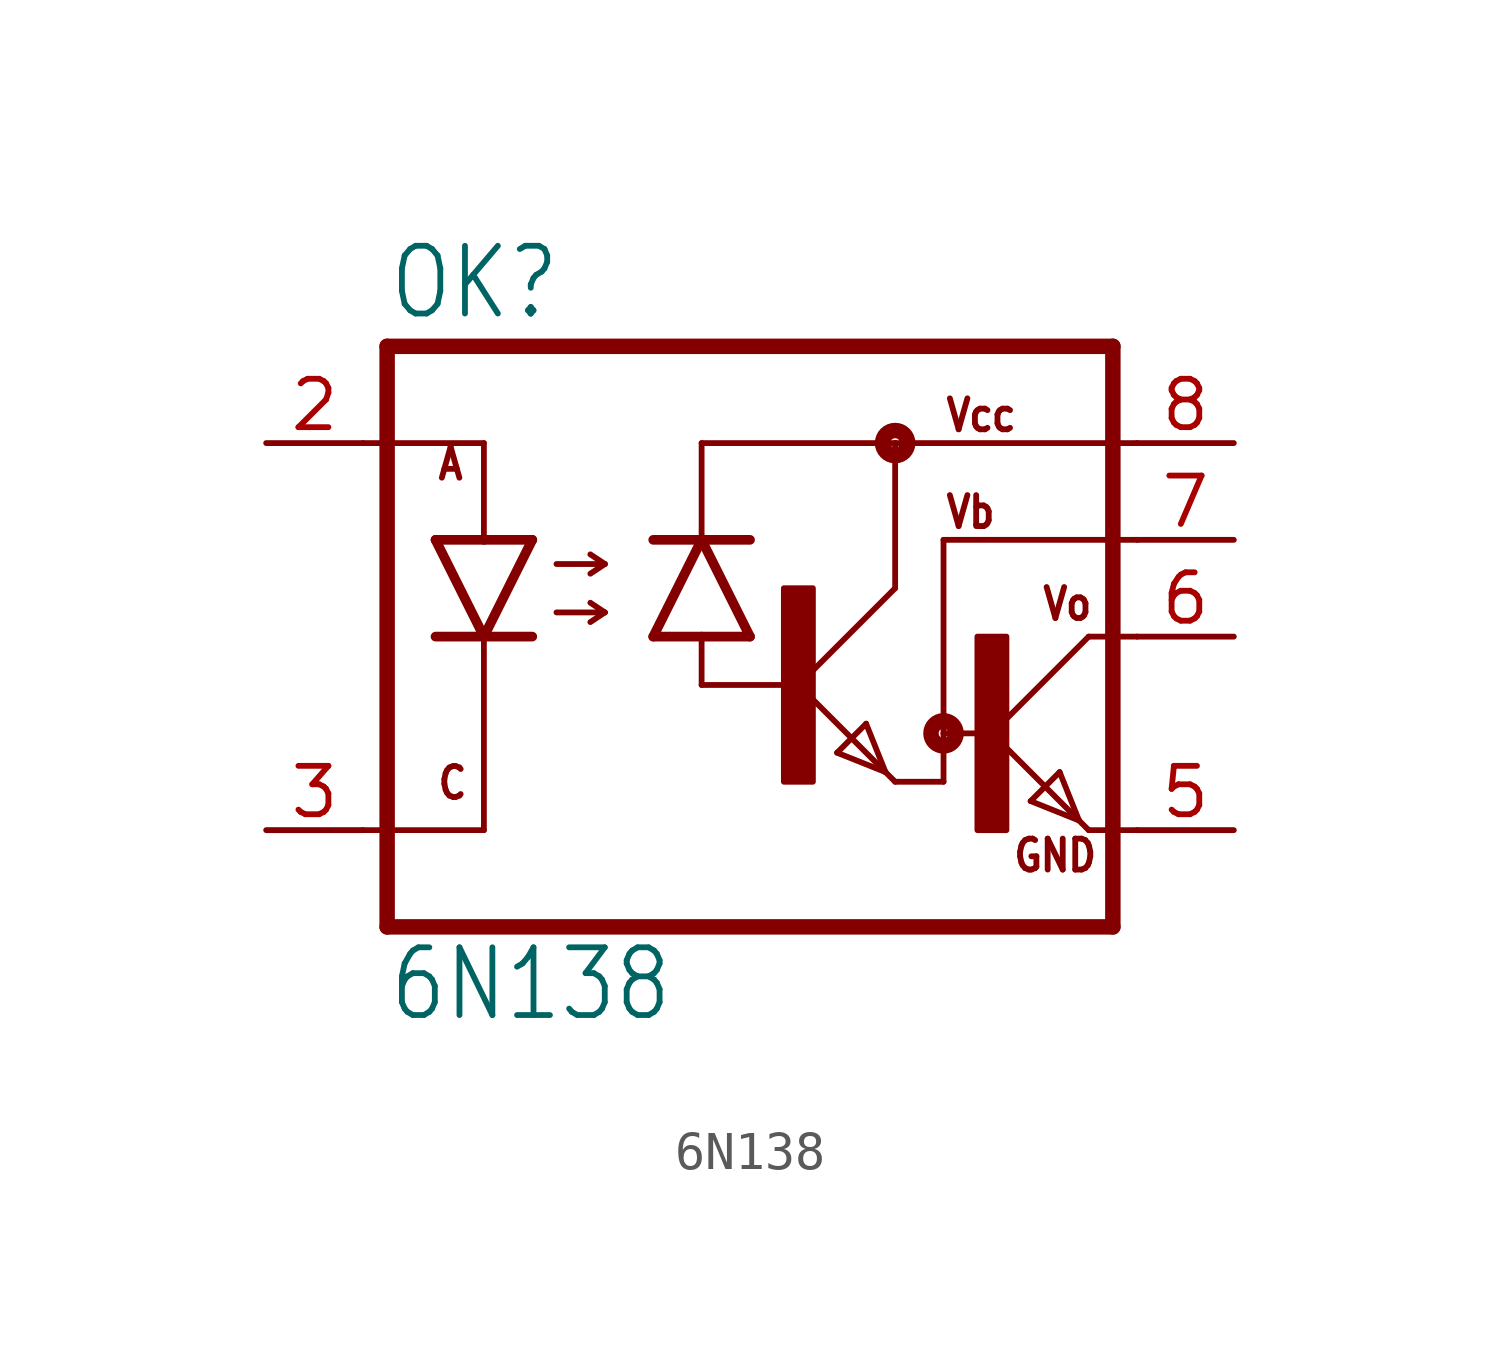
<source format=kicad_sym>
(kicad_symbol_lib
  (version 20211014)
  (generator kicad_symbol_editor)
  (symbol "6N138"
    (property "Reference" "OK"
      (at -9.525 8.255 0)
      (effects (font (size 1.778 1.511)) (justify left bottom)))
    (property "Value" "6N138"
      (at -9.525 -10.16 0)
      (effects (font (size 1.778 1.511)) (justify left bottom)))
    (property "ki_locked" ""
      (at 0 0 0)
      (effects (font (size 1.27 1.27))))
    (symbol "6N138_1_0"
      (polyline (pts (xy -10.16 -5.08) (xy -6.985 -5.08)) (stroke (width 0.152) (type default) (color 0 0 0 0)) (fill (type none)))
      (polyline (pts (xy -10.16 5.08) (xy -6.985 5.08)) (stroke (width 0.152) (type default) (color 0 0 0 0)) (fill (type none)))
      (polyline (pts (xy -9.525 7.62) (xy -9.525 -7.62)) (stroke (width 0.406) (type default) (color 0 0 0 0)) (fill (type none)))
      (polyline (pts (xy -6.985 -5.08) (xy -6.985 0)) (stroke (width 0.152) (type default) (color 0 0 0 0)) (fill (type none)))
      (polyline (pts (xy -6.985 0) (xy -8.255 0)) (stroke (width 0.254) (type default) (color 0 0 0 0)) (fill (type none)))
      (polyline (pts (xy -6.985 0) (xy -8.255 2.54)) (stroke (width 0.254) (type default) (color 0 0 0 0)) (fill (type none)))
      (polyline (pts (xy -6.985 2.54) (xy -8.255 2.54)) (stroke (width 0.254) (type default) (color 0 0 0 0)) (fill (type none)))
      (polyline (pts (xy -6.985 2.54) (xy -6.985 5.08)) (stroke (width 0.152) (type default) (color 0 0 0 0)) (fill (type none)))
      (polyline (pts (xy -5.715 0) (xy -6.985 0)) (stroke (width 0.254) (type default) (color 0 0 0 0)) (fill (type none)))
      (polyline (pts (xy -5.715 2.54) (xy -6.985 0)) (stroke (width 0.254) (type default) (color 0 0 0 0)) (fill (type none)))
      (polyline (pts (xy -5.715 2.54) (xy -6.985 2.54)) (stroke (width 0.254) (type default) (color 0 0 0 0)) (fill (type none)))
      (polyline (pts (xy -5.08 0.635) (xy -3.81 0.635)) (stroke (width 0.152) (type default) (color 0 0 0 0)) (fill (type none)))
      (polyline (pts (xy -5.08 1.905) (xy -3.81 1.905)) (stroke (width 0.152) (type default) (color 0 0 0 0)) (fill (type none)))
      (polyline (pts (xy -3.81 0.635) (xy -4.191 0.381)) (stroke (width 0.152) (type default) (color 0 0 0 0)) (fill (type none)))
      (polyline (pts (xy -3.81 0.635) (xy -4.191 0.889)) (stroke (width 0.152) (type default) (color 0 0 0 0)) (fill (type none)))
      (polyline (pts (xy -3.81 1.905) (xy -4.191 1.651)) (stroke (width 0.152) (type default) (color 0 0 0 0)) (fill (type none)))
      (polyline (pts (xy -3.81 1.905) (xy -4.191 2.159)) (stroke (width 0.152) (type default) (color 0 0 0 0)) (fill (type none)))
      (polyline (pts (xy -2.54 0) (xy -1.27 0)) (stroke (width 0.254) (type default) (color 0 0 0 0)) (fill (type none)))
      (polyline (pts (xy -2.54 0) (xy -1.27 2.54)) (stroke (width 0.254) (type default) (color 0 0 0 0)) (fill (type none)))
      (polyline (pts (xy -2.54 2.54) (xy -1.27 2.54)) (stroke (width 0.254) (type default) (color 0 0 0 0)) (fill (type none)))
      (polyline (pts (xy -1.27 -1.27) (xy -1.27 0)) (stroke (width 0.152) (type default) (color 0 0 0 0)) (fill (type none)))
      (polyline (pts (xy -1.27 -1.27) (xy 1.27 -1.27)) (stroke (width 0.152) (type default) (color 0 0 0 0)) (fill (type none)))
      (polyline (pts (xy -1.27 0) (xy 0 0)) (stroke (width 0.254) (type default) (color 0 0 0 0)) (fill (type none)))
      (polyline (pts (xy -1.27 2.54) (xy 0 0)) (stroke (width 0.254) (type default) (color 0 0 0 0)) (fill (type none)))
      (polyline (pts (xy -1.27 2.54) (xy 0 2.54)) (stroke (width 0.254) (type default) (color 0 0 0 0)) (fill (type none)))
      (polyline (pts (xy -1.27 5.08) (xy -1.27 2.54)) (stroke (width 0.152) (type default) (color 0 0 0 0)) (fill (type none)))
      (polyline (pts (xy 1.27 -1.27) (xy 3.556 -3.556)) (stroke (width 0.152) (type default) (color 0 0 0 0)) (fill (type none)))
      (polyline (pts (xy 2.286 -3.048) (xy 3.048 -2.286)) (stroke (width 0.152) (type default) (color 0 0 0 0)) (fill (type none)))
      (polyline (pts (xy 3.048 -2.286) (xy 3.556 -3.556)) (stroke (width 0.152) (type default) (color 0 0 0 0)) (fill (type none)))
      (polyline (pts (xy 3.556 -3.556) (xy 2.286 -3.048)) (stroke (width 0.152) (type default) (color 0 0 0 0)) (fill (type none)))
      (polyline (pts (xy 3.556 -3.556) (xy 3.81 -3.81)) (stroke (width 0.152) (type default) (color 0 0 0 0)) (fill (type none)))
      (polyline (pts (xy 3.81 -3.81) (xy 5.08 -3.81)) (stroke (width 0.152) (type default) (color 0 0 0 0)) (fill (type none)))
      (polyline (pts (xy 3.81 1.27) (xy 1.27 -1.27)) (stroke (width 0.152) (type default) (color 0 0 0 0)) (fill (type none)))
      (polyline (pts (xy 3.81 1.27) (xy 3.81 5.08)) (stroke (width 0.152) (type default) (color 0 0 0 0)) (fill (type none)))
      (polyline (pts (xy 3.81 5.08) (xy -1.27 5.08)) (stroke (width 0.152) (type default) (color 0 0 0 0)) (fill (type none)))
      (polyline (pts (xy 3.81 5.08) (xy 10.16 5.08)) (stroke (width 0.152) (type default) (color 0 0 0 0)) (fill (type none)))
      (polyline (pts (xy 5.08 -3.81) (xy 5.08 -2.54)) (stroke (width 0.152) (type default) (color 0 0 0 0)) (fill (type none)))
      (polyline (pts (xy 5.08 -2.54) (xy 5.08 2.54)) (stroke (width 0.152) (type default) (color 0 0 0 0)) (fill (type none)))
      (polyline (pts (xy 5.08 -2.54) (xy 6.35 -2.54)) (stroke (width 0.152) (type default) (color 0 0 0 0)) (fill (type none)))
      (polyline (pts (xy 5.08 2.54) (xy 10.16 2.54)) (stroke (width 0.152) (type default) (color 0 0 0 0)) (fill (type none)))
      (polyline (pts (xy 6.35 -2.54) (xy 8.636 -4.826)) (stroke (width 0.152) (type default) (color 0 0 0 0)) (fill (type none)))
      (polyline (pts (xy 7.366 -4.318) (xy 8.128 -3.556)) (stroke (width 0.152) (type default) (color 0 0 0 0)) (fill (type none)))
      (polyline (pts (xy 8.128 -3.556) (xy 8.636 -4.826)) (stroke (width 0.152) (type default) (color 0 0 0 0)) (fill (type none)))
      (polyline (pts (xy 8.636 -4.826) (xy 7.366 -4.318)) (stroke (width 0.152) (type default) (color 0 0 0 0)) (fill (type none)))
      (polyline (pts (xy 8.636 -4.826) (xy 8.89 -5.08)) (stroke (width 0.152) (type default) (color 0 0 0 0)) (fill (type none)))
      (polyline (pts (xy 8.89 -5.08) (xy 10.16 -5.08)) (stroke (width 0.152) (type default) (color 0 0 0 0)) (fill (type none)))
      (polyline (pts (xy 8.89 0) (xy 6.35 -2.54)) (stroke (width 0.152) (type default) (color 0 0 0 0)) (fill (type none)))
      (polyline (pts (xy 8.89 0) (xy 10.16 0)) (stroke (width 0.152) (type default) (color 0 0 0 0)) (fill (type none)))
      (polyline (pts (xy 9.525 -7.62) (xy -9.525 -7.62)) (stroke (width 0.406) (type default) (color 0 0 0 0)) (fill (type none)))
      (polyline (pts (xy 9.525 7.62) (xy -9.525 7.62)) (stroke (width 0.406) (type default) (color 0 0 0 0)) (fill (type none)))
      (polyline (pts (xy 9.525 7.62) (xy 9.525 -7.62)) (stroke (width 0.406) (type default) (color 0 0 0 0)) (fill (type none)))
      (rectangle (start 0.889 -3.81) (end 1.651 1.27) (stroke (width 0) (type default) (color 0 0 0 0)) (fill (type outline)))
      (circle (center 3.81 5.08) (radius 0.127) (stroke (width 0.406) (type default) (color 0 0 0 0)) (fill (type none)))
      (circle (center 5.08 -2.54) (radius 0.127) (stroke (width 0.406) (type default) (color 0 0 0 0)) (fill (type none)))
      (rectangle (start 5.969 -5.08) (end 6.731 0) (stroke (width 0) (type default) (color 0 0 0 0)) (fill (type outline)))
      (text "A" (at -8.255 4.064 0) (effects (font (size 0.813 0.691)) (justify left bottom)))
      (text "C" (at -8.255 -4.318 0) (effects (font (size 0.813 0.691)) (justify left bottom)))
      (text "GND" (at 6.858 -6.223 0) (effects (font (size 0.813 0.691)) (justify left bottom)))
      (text "Vb" (at 5.08 2.794 0) (effects (font (size 0.813 0.691)) (justify left bottom)))
      (text "Vcc" (at 5.08 5.334 0) (effects (font (size 0.813 0.691)) (justify left bottom)))
      (text "Vo" (at 7.62 0.381 0) (effects (font (size 0.813 0.691)) (justify left bottom)))
      (pin passive line (at -12.7 5.08 0) (length 2.54) (name "A" (effects (font (size 0 0)))) (number "2" (effects (font (size 1.27 1.27)))))
      (pin passive line (at -12.7 -5.08 0) (length 2.54) (name "C" (effects (font (size 0 0)))) (number "3" (effects (font (size 1.27 1.27)))))
      (pin passive line (at 12.7 -5.08 180) (length 2.54) (name "GND" (effects (font (size 0 0)))) (number "5" (effects (font (size 1.27 1.27)))))
      (pin passive line (at 12.7 0 180) (length 2.54) (name "VO" (effects (font (size 0 0)))) (number "6" (effects (font (size 1.27 1.27)))))
      (pin passive line (at 12.7 2.54 180) (length 2.54) (name "VB" (effects (font (size 0 0)))) (number "7" (effects (font (size 1.27 1.27)))))
      (pin passive line (at 12.7 5.08 180) (length 2.54) (name "VCC" (effects (font (size 0 0)))) (number "8" (effects (font (size 1.27 1.27))))))))
</source>
